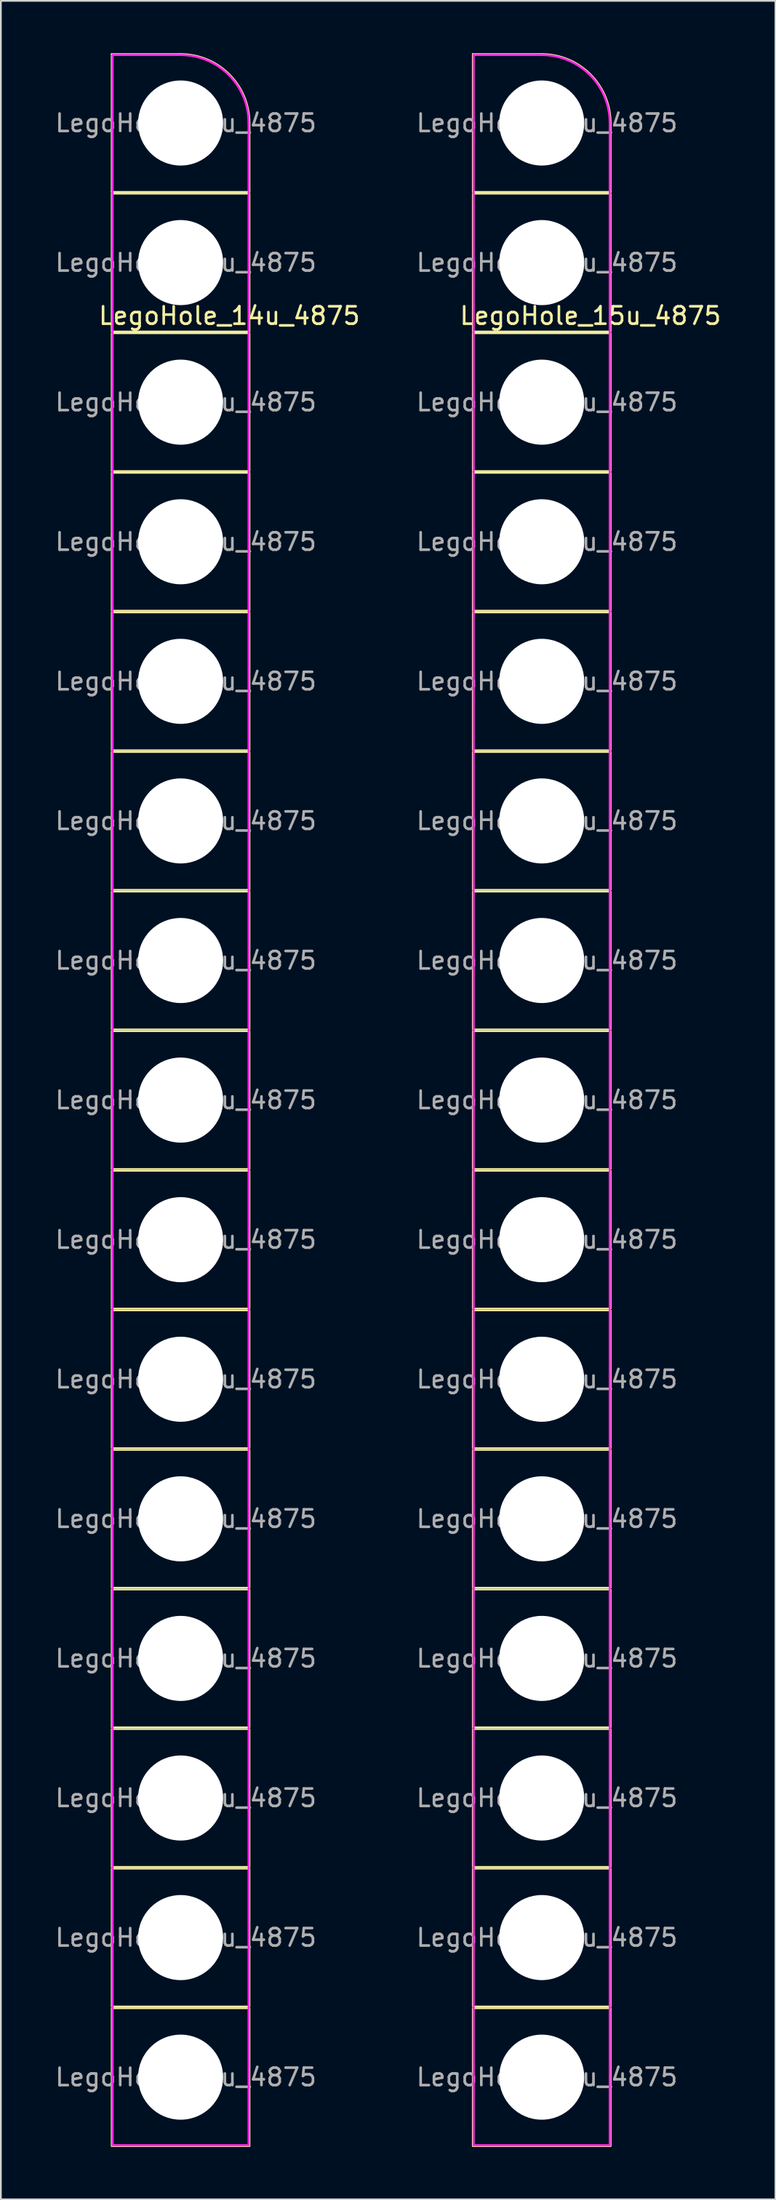
<source format=kicad_pcb>
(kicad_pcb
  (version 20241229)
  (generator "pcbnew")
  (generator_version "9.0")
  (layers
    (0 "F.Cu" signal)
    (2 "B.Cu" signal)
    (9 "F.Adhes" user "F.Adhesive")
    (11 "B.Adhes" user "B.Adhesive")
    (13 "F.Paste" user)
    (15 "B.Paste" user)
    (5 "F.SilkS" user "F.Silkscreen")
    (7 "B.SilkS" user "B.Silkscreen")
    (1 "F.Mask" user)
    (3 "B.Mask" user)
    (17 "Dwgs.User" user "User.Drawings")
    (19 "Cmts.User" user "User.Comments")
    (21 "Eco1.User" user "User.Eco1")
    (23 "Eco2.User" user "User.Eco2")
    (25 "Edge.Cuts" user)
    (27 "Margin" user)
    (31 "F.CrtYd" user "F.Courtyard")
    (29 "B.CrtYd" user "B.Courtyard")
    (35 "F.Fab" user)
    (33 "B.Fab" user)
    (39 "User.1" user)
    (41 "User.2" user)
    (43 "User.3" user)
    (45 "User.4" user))
  (footprint "LegoHole_15u_4875"
    (layer "F.Cu")
    (at 27.998 12)
    (property "Reference" "LegoHole_15u_4875" (at 2.794 3.048 0) (layer "F.SilkS") (effects (font (size 1 1) (thickness 0.15))))
    (attr exclude_from_pos_files exclude_from_bom)
    (fp_line (start -3.95 -11.95) (end -3.95 -4.05) (stroke (width 0.1) (type solid)) (layer "F.SilkS"))
    (fp_line (start -3.95 -4.05) (end 3.95 -4.05) (stroke (width 0.1) (type solid)) (layer "F.SilkS"))
    (fp_line (start 0 -11.95) (end -3.95 -11.95) (stroke (width 0.1) (type solid)) (layer "F.SilkS"))
    (fp_line (start 3.95 -8) (end 3.95 -4.05) (stroke (width 0.1) (type solid)) (layer "F.SilkS"))
    (fp_rect (start -3.95 -3.95) (end 3.95 3.95) (stroke (width 0.1) (type solid)) (fill no) (layer "F.SilkS"))
    (fp_rect (start -3.95 4.05) (end 3.95 11.95) (stroke (width 0.1) (type solid)) (fill no) (layer "F.SilkS"))
    (fp_rect (start -3.95 12.05) (end 3.95 19.95) (stroke (width 0.1) (type solid)) (fill no) (layer "F.SilkS"))
    (fp_rect (start -3.95 20.05) (end 3.95 27.95) (stroke (width 0.1) (type solid)) (fill no) (layer "F.SilkS"))
    (fp_rect (start -3.95 28.05) (end 3.95 35.95) (stroke (width 0.1) (type solid)) (fill no) (layer "F.SilkS"))
    (fp_rect (start -3.95 36.05) (end 3.95 43.95) (stroke (width 0.1) (type solid)) (fill no) (layer "F.SilkS"))
    (fp_rect (start -3.95 44.05) (end 3.95 51.95) (stroke (width 0.1) (type solid)) (fill no) (layer "F.SilkS"))
    (fp_rect (start -3.95 52.05) (end 3.95 59.95) (stroke (width 0.1) (type solid)) (fill no) (layer "F.SilkS"))
    (fp_rect (start -3.95 60.05) (end 3.95 67.95) (stroke (width 0.1) (type solid)) (fill no) (layer "F.SilkS"))
    (fp_rect (start -3.95 68.05) (end 3.95 75.95) (stroke (width 0.1) (type solid)) (fill no) (layer "F.SilkS"))
    (fp_rect (start -3.95 76.05) (end 3.95 83.95) (stroke (width 0.1) (type solid)) (fill no) (layer "F.SilkS"))
    (fp_rect (start -3.95 84.05) (end 3.95 91.95) (stroke (width 0.1) (type solid)) (fill no) (layer "F.SilkS"))
    (fp_rect (start -3.95 92.05) (end 3.95 99.95) (stroke (width 0.1) (type solid)) (fill no) (layer "F.SilkS"))
    (fp_rect (start -3.95 100.05) (end 3.95 107.95) (stroke (width 0.1) (type solid)) (fill no) (layer "F.SilkS"))
    (fp_arc (start 0 -11.95) (mid 2.793072 -10.793072) (end 3.95 -8) (stroke (width 0.1) (type solid)) (layer "F.SilkS"))
    (fp_line (start -3.9 -11.9) (end -3.9 107.9) (stroke (width 0.12) (type solid)) (layer "F.CrtYd"))
    (fp_line (start -3.9 -11.9) (end 0 -11.9) (stroke (width 0.12) (type solid)) (layer "F.CrtYd"))
    (fp_line (start -3.9 107.9) (end 3.9 107.9) (stroke (width 0.12) (type solid)) (layer "F.CrtYd"))
    (fp_line (start 3.9 107.9) (end 3.9 -8) (stroke (width 0.12) (type solid)) (layer "F.CrtYd"))
    (fp_arc (start 0 -11.9) (mid 2.757716 -10.757716) (end 3.9 -8) (stroke (width 0.12) (type solid)) (layer "F.CrtYd"))
    (fp_text user "${REFERENCE}" (at 0.3 96 0) (layer "F.Fab") (effects (font (size 1 1) (thickness 0.15))))
    (fp_text user "${REFERENCE}" (at 0.3 48 0) (layer "F.Fab") (effects (font (size 1 1) (thickness 0.15))))
    (fp_text user "${REFERENCE}" (at 0.3 0 0) (layer "F.Fab") (effects (font (size 1 1) (thickness 0.15))))
    (fp_text user "${REFERENCE}" (at 0.3 32 0) (layer "F.Fab") (effects (font (size 1 1) (thickness 0.15))))
    (fp_text user "${REFERENCE}" (at 0.3 24 0) (layer "F.Fab") (effects (font (size 1 1) (thickness 0.15))))
    (fp_text user "${REFERENCE}" (at 0.3 80 0) (layer "F.Fab") (effects (font (size 1 1) (thickness 0.15))))
    (fp_text user "${REFERENCE}" (at 0.3 104 0) (layer "F.Fab") (effects (font (size 1 1) (thickness 0.15))))
    (fp_text user "${REFERENCE}" (at 0.3 40 0) (layer "F.Fab") (effects (font (size 1 1) (thickness 0.15))))
    (fp_text user "${REFERENCE}" (at 0.3 64 0) (layer "F.Fab") (effects (font (size 1 1) (thickness 0.15))))
    (fp_text user "${REFERENCE}" (at 0.3 56 0) (layer "F.Fab") (effects (font (size 1 1) (thickness 0.15))))
    (fp_text user "${REFERENCE}" (at 0.3 88 0) (layer "F.Fab") (effects (font (size 1 1) (thickness 0.15))))
    (fp_text user "${REFERENCE}" (at 0.3 16 0) (layer "F.Fab") (effects (font (size 1 1) (thickness 0.15))))
    (fp_text user "${REFERENCE}" (at 0.3 72 0) (layer "F.Fab") (effects (font (size 1 1) (thickness 0.15))))
    (fp_text user "${REFERENCE}" (at 0.3 -8 0) (layer "F.Fab") (effects (font (size 1 1) (thickness 0.15))))
    (fp_text user "${REFERENCE}" (at 0.3 8 0) (layer "F.Fab") (effects (font (size 1 1) (thickness 0.15))))
    (pad "" np_thru_hole circle (at 0 -8) (size 4.875 4.875) (drill 4.875) (layers "*.Cu" "*.Mask"))
    (pad "" np_thru_hole circle (at 0 0) (size 4.875 4.875) (drill 4.875) (layers "*.Cu" "*.Mask"))
    (pad "" np_thru_hole circle (at 0 8) (size 4.875 4.875) (drill 4.875) (layers "*.Cu" "*.Mask"))
    (pad "" np_thru_hole circle (at 0 16) (size 4.875 4.875) (drill 4.875) (layers "*.Cu" "*.Mask"))
    (pad "" np_thru_hole circle (at 0 24) (size 4.875 4.875) (drill 4.875) (layers "*.Cu" "*.Mask"))
    (pad "" np_thru_hole circle (at 0 32) (size 4.875 4.875) (drill 4.875) (layers "*.Cu" "*.Mask"))
    (pad "" np_thru_hole circle (at 0 40) (size 4.875 4.875) (drill 4.875) (layers "*.Cu" "*.Mask"))
    (pad "" np_thru_hole circle (at 0 48) (size 4.875 4.875) (drill 4.875) (layers "*.Cu" "*.Mask"))
    (pad "" np_thru_hole circle (at 0 56) (size 4.875 4.875) (drill 4.875) (layers "*.Cu" "*.Mask"))
    (pad "" np_thru_hole circle (at 0 64) (size 4.875 4.875) (drill 4.875) (layers "*.Cu" "*.Mask"))
    (pad "" np_thru_hole circle (at 0 72) (size 4.875 4.875) (drill 4.875) (layers "*.Cu" "*.Mask"))
    (pad "" np_thru_hole circle (at 0 80) (size 4.875 4.875) (drill 4.875) (layers "*.Cu" "*.Mask"))
    (pad "" np_thru_hole circle (at 0 88) (size 4.875 4.875) (drill 4.875) (layers "*.Cu" "*.Mask"))
    (pad "" np_thru_hole circle (at 0 96) (size 4.875 4.875) (drill 4.875) (layers "*.Cu" "*.Mask"))
    (pad "" np_thru_hole circle (at 0 104) (size 4.875 4.875) (drill 4.875) (layers "*.Cu" "*.Mask")))
  (footprint "LegoHole_14u_4875"
    (layer "F.Cu")
    (at 7.301 12)
    (property "Reference" "LegoHole_14u_4875" (at 2.794 3.048 0) (layer "F.SilkS") (effects (font (size 1 1) (thickness 0.15))))
    (attr exclude_from_pos_files exclude_from_bom)
    (fp_line (start -3.95 -11.95) (end -3.95 -4.05) (stroke (width 0.1) (type solid)) (layer "F.SilkS"))
    (fp_line (start -3.95 -4.05) (end 3.95 -4.05) (stroke (width 0.1) (type solid)) (layer "F.SilkS"))
    (fp_line (start 0 -11.95) (end -3.95 -11.95) (stroke (width 0.1) (type solid)) (layer "F.SilkS"))
    (fp_line (start 3.95 -8) (end 3.95 -4.05) (stroke (width 0.1) (type solid)) (layer "F.SilkS"))
    (fp_rect (start -3.95 -3.95) (end 3.95 3.95) (stroke (width 0.1) (type solid)) (fill no) (layer "F.SilkS"))
    (fp_rect (start -3.95 4.05) (end 3.95 11.95) (stroke (width 0.1) (type solid)) (fill no) (layer "F.SilkS"))
    (fp_rect (start -3.95 12.05) (end 3.95 19.95) (stroke (width 0.1) (type solid)) (fill no) (layer "F.SilkS"))
    (fp_rect (start -3.95 20.05) (end 3.95 27.95) (stroke (width 0.1) (type solid)) (fill no) (layer "F.SilkS"))
    (fp_rect (start -3.95 28.05) (end 3.95 35.95) (stroke (width 0.1) (type solid)) (fill no) (layer "F.SilkS"))
    (fp_rect (start -3.95 36.05) (end 3.95 43.95) (stroke (width 0.1) (type solid)) (fill no) (layer "F.SilkS"))
    (fp_rect (start -3.95 44.05) (end 3.95 51.95) (stroke (width 0.1) (type solid)) (fill no) (layer "F.SilkS"))
    (fp_rect (start -3.95 52.05) (end 3.95 59.95) (stroke (width 0.1) (type solid)) (fill no) (layer "F.SilkS"))
    (fp_rect (start -3.95 60.05) (end 3.95 67.95) (stroke (width 0.1) (type solid)) (fill no) (layer "F.SilkS"))
    (fp_rect (start -3.95 68.05) (end 3.95 75.95) (stroke (width 0.1) (type solid)) (fill no) (layer "F.SilkS"))
    (fp_rect (start -3.95 76.05) (end 3.95 83.95) (stroke (width 0.1) (type solid)) (fill no) (layer "F.SilkS"))
    (fp_rect (start -3.95 84.05) (end 3.95 91.95) (stroke (width 0.1) (type solid)) (fill no) (layer "F.SilkS"))
    (fp_rect (start -3.95 92.05) (end 3.95 99.95) (stroke (width 0.1) (type solid)) (fill no) (layer "F.SilkS"))
    (fp_rect (start -3.95 100.05) (end 3.95 107.95) (stroke (width 0.1) (type solid)) (fill no) (layer "F.SilkS"))
    (fp_arc (start 0 -11.95) (mid 2.793072 -10.793072) (end 3.95 -8) (stroke (width 0.1) (type solid)) (layer "F.SilkS"))
    (fp_line (start -3.9 -11.9) (end -3.9 107.9) (stroke (width 0.12) (type solid)) (layer "F.CrtYd"))
    (fp_line (start -3.9 -11.9) (end 0 -11.9) (stroke (width 0.12) (type solid)) (layer "F.CrtYd"))
    (fp_line (start -3.9 107.9) (end 3.9 107.9) (stroke (width 0.12) (type solid)) (layer "F.CrtYd"))
    (fp_line (start 3.9 107.9) (end 3.9 -8) (stroke (width 0.12) (type solid)) (layer "F.CrtYd"))
    (fp_arc (start 0 -11.9) (mid 2.757716 -10.757716) (end 3.9 -8) (stroke (width 0.12) (type solid)) (layer "F.CrtYd"))
    (fp_text user "${REFERENCE}" (at 0.3 32 0) (layer "F.Fab") (effects (font (size 1 1) (thickness 0.15))))
    (fp_text user "${REFERENCE}" (at 0.3 88 0) (layer "F.Fab") (effects (font (size 1 1) (thickness 0.15))))
    (fp_text user "${REFERENCE}" (at 0.3 16 0) (layer "F.Fab") (effects (font (size 1 1) (thickness 0.15))))
    (fp_text user "${REFERENCE}" (at 0.3 104 0) (layer "F.Fab") (effects (font (size 1 1) (thickness 0.15))))
    (fp_text user "${REFERENCE}" (at 0.3 40 0) (layer "F.Fab") (effects (font (size 1 1) (thickness 0.15))))
    (fp_text user "${REFERENCE}" (at 0.3 48 0) (layer "F.Fab") (effects (font (size 1 1) (thickness 0.15))))
    (fp_text user "${REFERENCE}" (at 0.3 80 0) (layer "F.Fab") (effects (font (size 1 1) (thickness 0.15))))
    (fp_text user "${REFERENCE}" (at 0.3 0 0) (layer "F.Fab") (effects (font (size 1 1) (thickness 0.15))))
    (fp_text user "${REFERENCE}" (at 0.3 24 0) (layer "F.Fab") (effects (font (size 1 1) (thickness 0.15))))
    (fp_text user "${REFERENCE}" (at 0.3 96 0) (layer "F.Fab") (effects (font (size 1 1) (thickness 0.15))))
    (fp_text user "${REFERENCE}" (at 0.3 8 0) (layer "F.Fab") (effects (font (size 1 1) (thickness 0.15))))
    (fp_text user "${REFERENCE}" (at 0.3 56 0) (layer "F.Fab") (effects (font (size 1 1) (thickness 0.15))))
    (fp_text user "${REFERENCE}" (at 0.3 72 0) (layer "F.Fab") (effects (font (size 1 1) (thickness 0.15))))
    (fp_text user "${REFERENCE}" (at 0.3 64 0) (layer "F.Fab") (effects (font (size 1 1) (thickness 0.15))))
    (fp_text user "${REFERENCE}" (at 0.3 -8 0) (layer "F.Fab") (effects (font (size 1 1) (thickness 0.15))))
    (pad "" np_thru_hole circle (at 0 -8) (size 4.875 4.875) (drill 4.875) (layers "*.Cu" "*.Mask"))
    (pad "" np_thru_hole circle (at 0 0) (size 4.875 4.875) (drill 4.875) (layers "*.Cu" "*.Mask"))
    (pad "" np_thru_hole circle (at 0 8) (size 4.875 4.875) (drill 4.875) (layers "*.Cu" "*.Mask"))
    (pad "" np_thru_hole circle (at 0 16) (size 4.875 4.875) (drill 4.875) (layers "*.Cu" "*.Mask"))
    (pad "" np_thru_hole circle (at 0 24) (size 4.875 4.875) (drill 4.875) (layers "*.Cu" "*.Mask"))
    (pad "" np_thru_hole circle (at 0 32) (size 4.875 4.875) (drill 4.875) (layers "*.Cu" "*.Mask"))
    (pad "" np_thru_hole circle (at 0 40) (size 4.875 4.875) (drill 4.875) (layers "*.Cu" "*.Mask"))
    (pad "" np_thru_hole circle (at 0 48) (size 4.875 4.875) (drill 4.875) (layers "*.Cu" "*.Mask"))
    (pad "" np_thru_hole circle (at 0 56) (size 4.875 4.875) (drill 4.875) (layers "*.Cu" "*.Mask"))
    (pad "" np_thru_hole circle (at 0 64) (size 4.875 4.875) (drill 4.875) (layers "*.Cu" "*.Mask"))
    (pad "" np_thru_hole circle (at 0 72) (size 4.875 4.875) (drill 4.875) (layers "*.Cu" "*.Mask"))
    (pad "" np_thru_hole circle (at 0 80) (size 4.875 4.875) (drill 4.875) (layers "*.Cu" "*.Mask"))
    (pad "" np_thru_hole circle (at 0 88) (size 4.875 4.875) (drill 4.875) (layers "*.Cu" "*.Mask"))
    (pad "" np_thru_hole circle (at 0 96) (size 4.875 4.875) (drill 4.875) (layers "*.Cu" "*.Mask"))
    (pad "" np_thru_hole circle (at 0 104) (size 4.875 4.875) (drill 4.875) (layers "*.Cu" "*.Mask")))
  (gr_rect
    (start -3 -3)
    (end 41.393 123)
    (stroke (width 0.1) (type default))
    (fill no)
    (layer "Edge.Cuts")))
</source>
